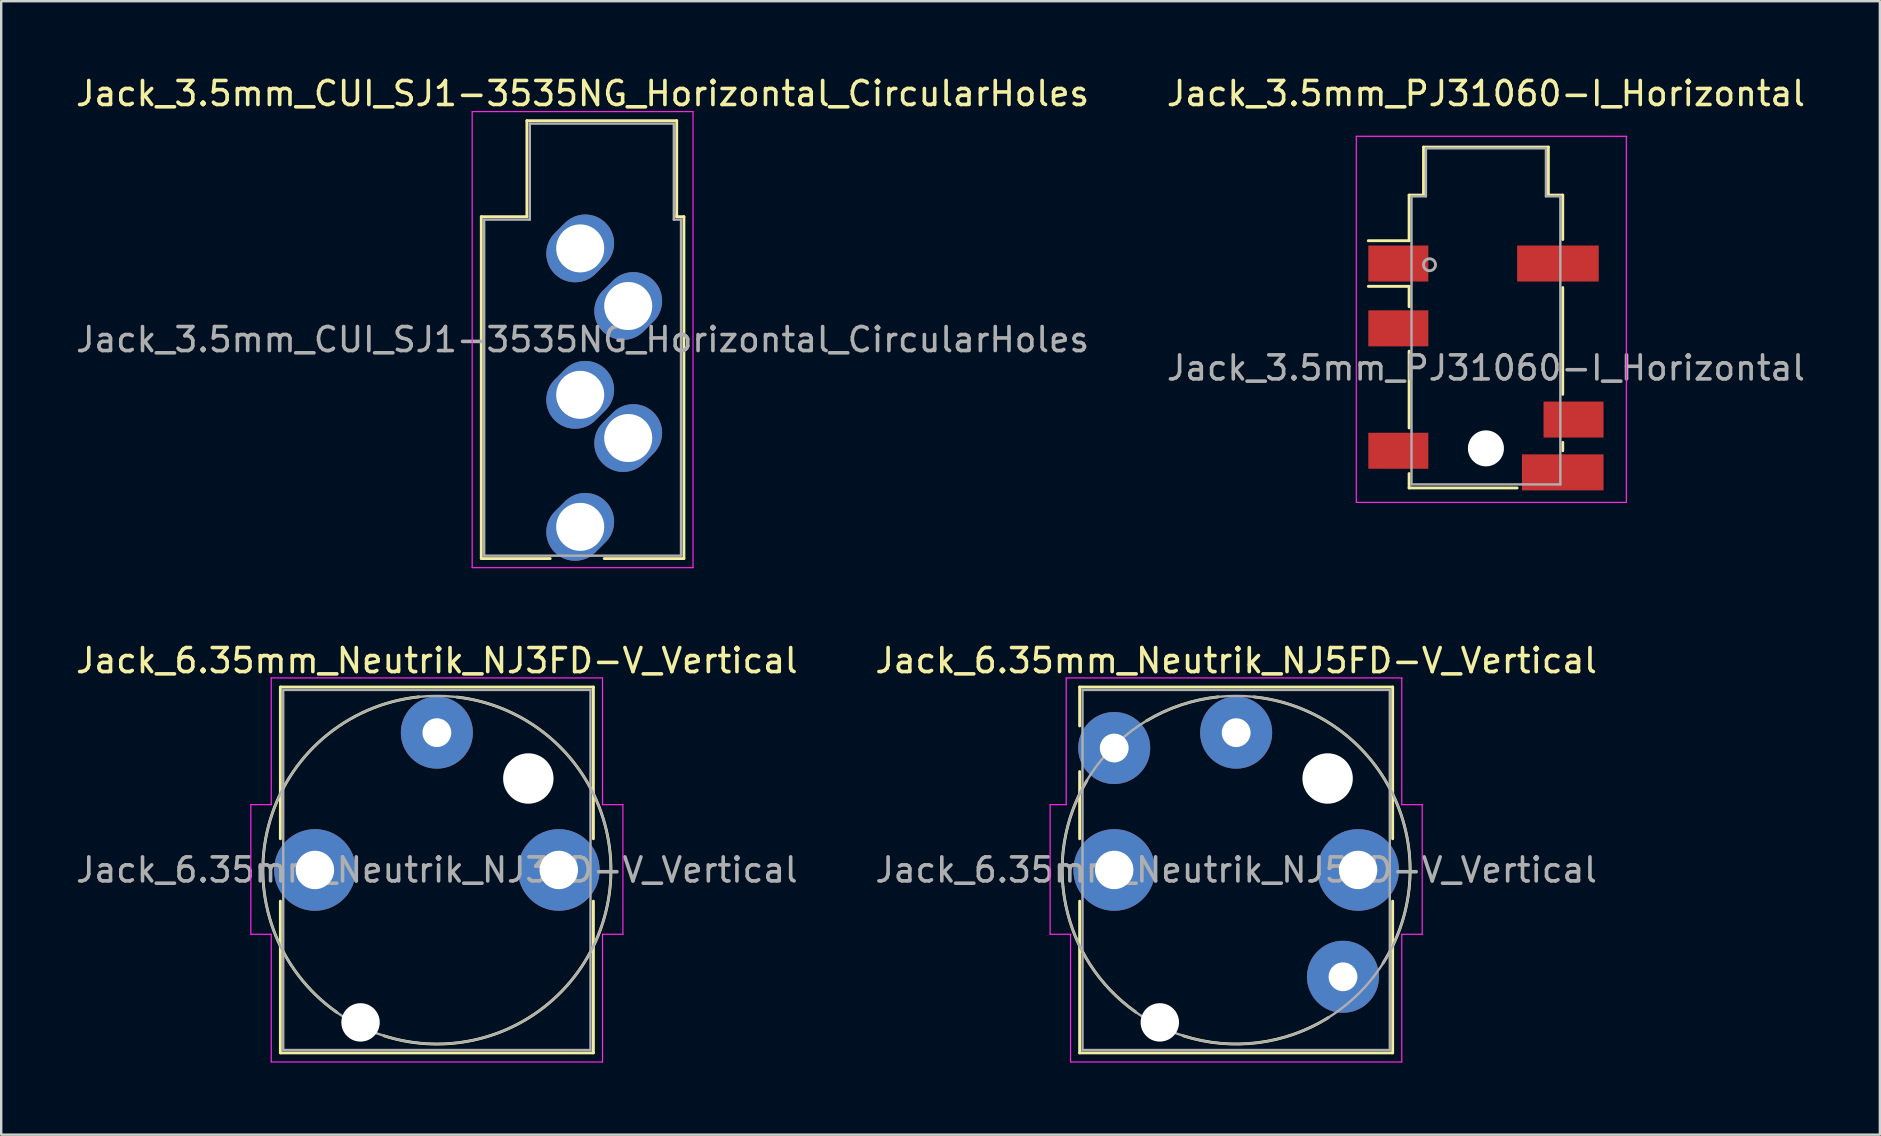
<source format=kicad_pcb>
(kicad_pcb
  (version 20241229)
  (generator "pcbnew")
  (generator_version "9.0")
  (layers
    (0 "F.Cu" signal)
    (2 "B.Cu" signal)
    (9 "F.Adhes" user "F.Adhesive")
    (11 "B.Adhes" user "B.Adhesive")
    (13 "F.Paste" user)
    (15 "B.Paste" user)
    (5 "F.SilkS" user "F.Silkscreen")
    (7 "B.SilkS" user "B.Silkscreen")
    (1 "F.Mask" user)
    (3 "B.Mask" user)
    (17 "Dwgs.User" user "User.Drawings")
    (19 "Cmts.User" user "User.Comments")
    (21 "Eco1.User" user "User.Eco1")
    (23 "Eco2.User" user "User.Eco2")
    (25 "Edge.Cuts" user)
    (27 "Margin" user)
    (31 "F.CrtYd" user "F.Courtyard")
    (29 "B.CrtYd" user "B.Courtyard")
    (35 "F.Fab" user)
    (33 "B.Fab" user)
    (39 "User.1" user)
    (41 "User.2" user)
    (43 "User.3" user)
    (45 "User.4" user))
  (footprint "Jack_3.5mm_CUI_SJ1-3535NG_Horizontal_CircularHoles"
    (layer "F.Cu")
    (at 21.12 7.298)
    (property "Reference" "Jack_3.5mm_CUI_SJ1-3535NG_Horizontal_CircularHoles" (at 0.1 -6.45 0) (layer "F.SilkS") (effects (font (size 1 1) (thickness 0.15))))
    (attr through_hole)
    (fp_line (start -4.12 -1.32) (end -2.22 -1.32) (stroke (width 0.12) (type solid)) (layer "F.SilkS"))
    (fp_line (start -4.12 12.92) (end -4.12 -1.32) (stroke (width 0.12) (type solid)) (layer "F.SilkS"))
    (fp_line (start -2.22 -5.32) (end 4.02 -5.32) (stroke (width 0.12) (type solid)) (layer "F.SilkS"))
    (fp_line (start -2.22 -1.32) (end -2.22 -5.32) (stroke (width 0.12) (type solid)) (layer "F.SilkS"))
    (fp_line (start -1.25 12.92) (end -4.12 12.92) (stroke (width 0.12) (type solid)) (layer "F.SilkS"))
    (fp_line (start 4.02 -5.32) (end 4.02 -1.32) (stroke (width 0.12) (type solid)) (layer "F.SilkS"))
    (fp_line (start 4.02 -1.32) (end 4.32 -1.32) (stroke (width 0.12) (type solid)) (layer "F.SilkS"))
    (fp_line (start 4.32 -1.32) (end 4.32 12.92) (stroke (width 0.12) (type solid)) (layer "F.SilkS"))
    (fp_line (start 4.32 12.92) (end 1 12.92) (stroke (width 0.12) (type solid)) (layer "F.SilkS"))
    (fp_line (start -4.5 -5.7) (end -4.5 13.3) (stroke (width 0.05) (type solid)) (layer "F.CrtYd"))
    (fp_line (start -4.5 13.3) (end 4.7 13.3) (stroke (width 0.05) (type solid)) (layer "F.CrtYd"))
    (fp_line (start 4.7 -5.7) (end -4.5 -5.7) (stroke (width 0.05) (type solid)) (layer "F.CrtYd"))
    (fp_line (start 4.7 13.3) (end 4.7 -5.7) (stroke (width 0.05) (type solid)) (layer "F.CrtYd"))
    (fp_line (start -4 -1.2) (end -2.1 -1.2) (stroke (width 0.1) (type solid)) (layer "F.Fab"))
    (fp_line (start -4 12.8) (end -4 -1.2) (stroke (width 0.1) (type solid)) (layer "F.Fab"))
    (fp_line (start -2.1 -5.2) (end 3.9 -5.2) (stroke (width 0.1) (type solid)) (layer "F.Fab"))
    (fp_line (start -2.1 -1.2) (end -2.1 -5.2) (stroke (width 0.1) (type solid)) (layer "F.Fab"))
    (fp_line (start 3.9 -5.2) (end 3.9 -1.2) (stroke (width 0.1) (type solid)) (layer "F.Fab"))
    (fp_line (start 3.9 -1.2) (end 4.2 -1.2) (stroke (width 0.1) (type solid)) (layer "F.Fab"))
    (fp_line (start 4.2 -1.2) (end 4.2 12.8) (stroke (width 0.1) (type solid)) (layer "F.Fab"))
    (fp_line (start 4.2 12.8) (end -4 12.8) (stroke (width 0.1) (type solid)) (layer "F.Fab"))
    (fp_text user "${REFERENCE}" (at 0.1 3.8 0) (layer "F.Fab") (effects (font (size 1 1) (thickness 0.15))))
    (pad "R" thru_hole oval (at 2 7.9 45) (size 3 2.4) (drill 2) (layers "*.Cu" "*.Mask"))
    (pad "RN" thru_hole oval (at 0 6.1 45) (size 3 2.4) (drill 2) (layers "*.Cu" "*.Mask"))
    (pad "S" thru_hole oval (at 0 0 45) (size 3 2.4) (drill 2) (layers "*.Cu" "*.Mask"))
    (pad "T" thru_hole oval (at 2 2.4 45) (size 3 2.4) (drill 2) (layers "*.Cu" "*.Mask"))
    (pad "TN" thru_hole oval (at 0 11.6 45) (size 3 2.4) (drill 2) (layers "*.Cu" "*.Mask")))
  (footprint "Jack_3.5mm_PJ31060-I_Horizontal"
    (layer "F.Cu")
    (at 58.851 12.278)
    (property "Reference" "Jack_3.5mm_PJ31060-I_Horizontal" (at 0 -11.43 0) (layer "F.SilkS") (effects (font (size 1 1) (thickness 0.15))))
    (attr smd)
    (fp_line (start -4.9 -3.4) (end -3.2 -3.4) (stroke (width 0.12) (type solid)) (layer "F.SilkS"))
    (fp_line (start -3.2 -7.2) (end -2.6 -7.2) (stroke (width 0.12) (type solid)) (layer "F.SilkS"))
    (fp_line (start -3.2 -5.3) (end -4.9 -5.3) (stroke (width 0.12) (type solid)) (layer "F.SilkS"))
    (fp_line (start -3.2 -5.3) (end -3.2 -7.2) (stroke (width 0.12) (type solid)) (layer "F.SilkS"))
    (fp_line (start -3.2 -2.55) (end -3.2 -3.4) (stroke (width 0.12) (type solid)) (layer "F.SilkS"))
    (fp_line (start -3.2 2.5) (end -3.2 -0.7) (stroke (width 0.12) (type solid)) (layer "F.SilkS"))
    (fp_line (start -3.2 5) (end -3.2 4.4) (stroke (width 0.12) (type solid)) (layer "F.SilkS"))
    (fp_line (start -2.6 -9.2) (end 2.6 -9.2) (stroke (width 0.12) (type solid)) (layer "F.SilkS"))
    (fp_line (start -2.6 -7.2) (end -2.6 -9.2) (stroke (width 0.12) (type solid)) (layer "F.SilkS"))
    (fp_line (start 1.3 5) (end -3.2 5) (stroke (width 0.12) (type solid)) (layer "F.SilkS"))
    (fp_line (start 2.6 -9.2) (end 2.6 -7.2) (stroke (width 0.12) (type solid)) (layer "F.SilkS"))
    (fp_line (start 2.6 -7.2) (end 3.2 -7.2) (stroke (width 0.12) (type solid)) (layer "F.SilkS"))
    (fp_line (start 3.2 -7.2) (end 3.2 -5.35) (stroke (width 0.12) (type solid)) (layer "F.SilkS"))
    (fp_line (start 3.2 -3.35) (end 3.2 1.1) (stroke (width 0.12) (type solid)) (layer "F.SilkS"))
    (fp_line (start 3.2 3.1) (end 3.2 3.45) (stroke (width 0.12) (type solid)) (layer "F.SilkS"))
    (fp_line (start -5.4 -9.65) (end -5.4 5.6) (stroke (width 0.05) (type solid)) (layer "F.CrtYd"))
    (fp_line (start -5.4 -9.65) (end 5.85 -9.65) (stroke (width 0.05) (type solid)) (layer "F.CrtYd"))
    (fp_line (start 5.85 5.6) (end -5.4 5.6) (stroke (width 0.05) (type solid)) (layer "F.CrtYd"))
    (fp_line (start 5.85 5.6) (end 5.85 -9.65) (stroke (width 0.05) (type solid)) (layer "F.CrtYd"))
    (fp_line (start -3.1 -7.15) (end -3.1 4.85) (stroke (width 0.1) (type solid)) (layer "F.Fab"))
    (fp_line (start -2.5 -9.15) (end -2.5 -7.15) (stroke (width 0.1) (type solid)) (layer "F.Fab"))
    (fp_line (start -2.5 -7.15) (end -3.1 -7.15) (stroke (width 0.1) (type solid)) (layer "F.Fab"))
    (fp_line (start 2.5 -9.15) (end -2.5 -9.15) (stroke (width 0.1) (type solid)) (layer "F.Fab"))
    (fp_line (start 2.5 -7.15) (end 2.5 -9.15) (stroke (width 0.1) (type solid)) (layer "F.Fab"))
    (fp_line (start 2.5 -7.15) (end 3.1 -7.15) (stroke (width 0.1) (type solid)) (layer "F.Fab"))
    (fp_line (start 3.1 -7.15) (end 3.1 4.85) (stroke (width 0.1) (type solid)) (layer "F.Fab"))
    (fp_line (start 3.1 4.85) (end -3.1 4.85) (stroke (width 0.1) (type solid)) (layer "F.Fab"))
    (fp_circle (center -2.35 -4.3) (end -2.1 -4.3) (stroke (width 0.12) (type solid)) (fill no) (layer "F.Fab"))
    (fp_text user "${REFERENCE}" (at 0 0 0) (layer "F.Fab") (effects (font (size 1 1) (thickness 0.15))))
    (pad "" np_thru_hole circle (at 0 3.35) (size 1.5 1.5) (drill 1.5) (layers "*.Cu" "*.Mask"))
    (pad "R1" smd rect (at -3.65 -1.65) (size 2.5 1.5) (layers "F.Cu" "F.Mask" "F.Paste"))
    (pad "R1N" smd rect (at -3.65 3.45) (size 2.5 1.5) (layers "F.Cu" "F.Mask" "F.Paste"))
    (pad "R2" smd rect (at 3 -4.35) (size 3.4 1.5) (layers "F.Cu" "F.Mask" "F.Paste"))
    (pad "S" smd rect (at -3.65 -4.35) (size 2.5 1.5) (layers "F.Cu" "F.Mask" "F.Paste"))
    (pad "T" smd rect (at 3.65 2.15) (size 2.5 1.5) (layers "F.Cu" "F.Mask" "F.Paste"))
    (pad "TN" smd rect (at 3.2 4.35) (size 3.4 1.5) (layers "F.Cu" "F.Mask" "F.Paste")))
  (footprint "Jack_6.35mm_Neutrik_NJ5FD-V_Vertical"
    (layer "F.Cu")
    (at 48.446 27.471)
    (property "Reference" "Jack_6.35mm_Neutrik_NJ5FD-V_Vertical" (at 0 -3 0) (layer "F.SilkS") (effects (font (size 1 1) (thickness 0.15))))
    (attr through_hole)
    (fp_line (start -6.52 -1.9) (end -6.52 -0.28) (stroke (width 0.12) (type solid)) (layer "F.SilkS"))
    (fp_line (start -6.52 -1.9) (end 6.52 -1.9) (stroke (width 0.12) (type solid)) (layer "F.SilkS"))
    (fp_line (start -6.52 1.62) (end -6.52 4.42) (stroke (width 0.12) (type solid)) (layer "F.SilkS"))
    (fp_line (start -6.52 7.02) (end -6.52 13.34) (stroke (width 0.12) (type solid)) (layer "F.SilkS"))
    (fp_line (start -6.52 13.34) (end 6.52 13.34) (stroke (width 0.12) (type solid)) (layer "F.SilkS"))
    (fp_line (start 6.52 -1.9) (end 6.52 4.42) (stroke (width 0.12) (type solid)) (layer "F.SilkS"))
    (fp_line (start 6.52 7.02) (end 6.52 13.34) (stroke (width 0.12) (type solid)) (layer "F.SilkS"))
    (fp_arc (start -4.186229 11.636273) (mid -7.091321 7.21665) (end -6.22 2) (stroke (width 0.12) (type solid)) (layer "F.SilkS"))
    (fp_arc (start -3.726809 -0.497515) (mid -2.292752 -1.156764) (end -0.75 -1.49) (stroke (width 0.12) (type solid)) (layer "F.SilkS"))
    (fp_arc (start 0.741615 -1.488246) (mid 6.519796 2.557554) (end 6.12 9.6) (stroke (width 0.12) (type solid)) (layer "F.SilkS"))
    (fp_arc (start 3.836366 11.873893) (mid 0.901303 12.915537) (end -2.2 12.63) (stroke (width 0.12) (type solid)) (layer "F.SilkS"))
    (fp_line (start -7.75 3) (end -7.75 8.4) (stroke (width 0.05) (type solid)) (layer "F.CrtYd"))
    (fp_line (start -7.08 -2.28) (end -7.08 3) (stroke (width 0.05) (type solid)) (layer "F.CrtYd"))
    (fp_line (start -7.08 -2.28) (end 6.9 -2.28) (stroke (width 0.05) (type solid)) (layer "F.CrtYd"))
    (fp_line (start -7.08 3) (end -7.75 3) (stroke (width 0.05) (type solid)) (layer "F.CrtYd"))
    (fp_line (start -6.9 8.4) (end -7.75 8.4) (stroke (width 0.05) (type solid)) (layer "F.CrtYd"))
    (fp_line (start -6.9 8.4) (end -6.9 13.72) (stroke (width 0.05) (type solid)) (layer "F.CrtYd"))
    (fp_line (start -6.9 13.72) (end 6.9 13.72) (stroke (width 0.05) (type solid)) (layer "F.CrtYd"))
    (fp_line (start 6.9 -2.28) (end 6.9 3) (stroke (width 0.05) (type solid)) (layer "F.CrtYd"))
    (fp_line (start 6.9 3) (end 7.75 3) (stroke (width 0.05) (type solid)) (layer "F.CrtYd"))
    (fp_line (start 6.9 8.4) (end 6.9 13.72) (stroke (width 0.05) (type solid)) (layer "F.CrtYd"))
    (fp_line (start 6.9 8.4) (end 7.75 8.4) (stroke (width 0.05) (type solid)) (layer "F.CrtYd"))
    (fp_line (start 7.75 3) (end 7.75 8.4) (stroke (width 0.05) (type solid)) (layer "F.CrtYd"))
    (fp_line (start -6.4 -1.78) (end -6.4 13.22) (stroke (width 0.1) (type solid)) (layer "F.Fab"))
    (fp_line (start -6.4 -1.78) (end 6.4 -1.78) (stroke (width 0.1) (type solid)) (layer "F.Fab"))
    (fp_line (start -6.4 13.22) (end 6.4 13.22) (stroke (width 0.1) (type solid)) (layer "F.Fab"))
    (fp_line (start 6.4 -1.78) (end 6.4 13.22) (stroke (width 0.1) (type solid)) (layer "F.Fab"))
    (fp_circle (center 0 5.72) (end -7.25 5.72) (stroke (width 0.1) (type solid)) (fill no) (layer "F.Fab"))
    (fp_text user "${REFERENCE}" (at 0 5.72 0) (layer "F.Fab") (effects (font (size 1 1) (thickness 0.15))))
    (pad "" np_thru_hole circle (at -3.18 12.07 180) (size 1.6 1.6) (drill 1.6) (layers "*.Cu" "*.Mask"))
    (pad "" np_thru_hole circle (at 3.81 1.91 180) (size 2.1 2.1) (drill 2.1) (layers "*.Cu" "*.Mask"))
    (pad "R" thru_hole circle (at 5.08 5.72 180) (size 3.4 3.4) (drill 1.6) (layers "*.Cu" "*.Mask"))
    (pad "RN" thru_hole circle (at 4.45 10.17 180) (size 3 3) (drill 1.2) (layers "*.Cu" "*.Mask"))
    (pad "S" thru_hole circle (at -5.08 5.72 180) (size 3.4 3.4) (drill 1.6) (layers "*.Cu" "*.Mask"))
    (pad "T" thru_hole circle (at 0 0 180) (size 3 3) (drill 1.2) (layers "*.Cu" "*.Mask"))
    (pad "TN" thru_hole circle (at -5.08 0.64 180) (size 3 3) (drill 1.2) (layers "*.Cu" "*.Mask")))
  (footprint "Jack_6.35mm_Neutrik_NJ3FD-V_Vertical"
    (layer "F.Cu")
    (at 15.149 27.471)
    (property "Reference" "Jack_6.35mm_Neutrik_NJ3FD-V_Vertical" (at 0 -3 0) (layer "F.SilkS") (effects (font (size 1 1) (thickness 0.15))))
    (attr through_hole)
    (fp_line (start -6.52 -1.9) (end -6.52 4.42) (stroke (width 0.12) (type solid)) (layer "F.SilkS"))
    (fp_line (start -6.52 -1.9) (end 6.52 -1.9) (stroke (width 0.12) (type solid)) (layer "F.SilkS"))
    (fp_line (start -6.52 7.02) (end -6.52 13.34) (stroke (width 0.12) (type solid)) (layer "F.SilkS"))
    (fp_line (start -6.52 13.34) (end 6.52 13.34) (stroke (width 0.12) (type solid)) (layer "F.SilkS"))
    (fp_line (start 6.52 -1.9) (end 6.52 4.42) (stroke (width 0.12) (type solid)) (layer "F.SilkS"))
    (fp_line (start 6.52 7.02) (end 6.52 13.34) (stroke (width 0.12) (type solid)) (layer "F.SilkS"))
    (fp_arc (start -4.164153 11.6535) (mid -7.016062 3.897509) (end -0.75 -1.49) (stroke (width 0.12) (type solid)) (layer "F.SilkS"))
    (fp_arc (start 0.84109 -1.482824) (mid 7.089049 7.247578) (end -2.2 12.63) (stroke (width 0.12) (type solid)) (layer "F.SilkS"))
    (fp_line (start -7.75 3) (end -7.75 8.4) (stroke (width 0.05) (type solid)) (layer "F.CrtYd"))
    (fp_line (start -6.9 -2.28) (end -6.9 3) (stroke (width 0.05) (type solid)) (layer "F.CrtYd"))
    (fp_line (start -6.9 -2.28) (end 6.9 -2.28) (stroke (width 0.05) (type solid)) (layer "F.CrtYd"))
    (fp_line (start -6.9 3) (end -7.75 3) (stroke (width 0.05) (type solid)) (layer "F.CrtYd"))
    (fp_line (start -6.9 8.4) (end -7.75 8.4) (stroke (width 0.05) (type solid)) (layer "F.CrtYd"))
    (fp_line (start -6.9 8.4) (end -6.9 13.72) (stroke (width 0.05) (type solid)) (layer "F.CrtYd"))
    (fp_line (start -6.9 13.72) (end 6.9 13.72) (stroke (width 0.05) (type solid)) (layer "F.CrtYd"))
    (fp_line (start 6.9 -2.28) (end 6.9 3) (stroke (width 0.05) (type solid)) (layer "F.CrtYd"))
    (fp_line (start 6.9 3) (end 7.75 3) (stroke (width 0.05) (type solid)) (layer "F.CrtYd"))
    (fp_line (start 6.9 8.4) (end 6.9 13.72) (stroke (width 0.05) (type solid)) (layer "F.CrtYd"))
    (fp_line (start 6.9 8.4) (end 7.75 8.4) (stroke (width 0.05) (type solid)) (layer "F.CrtYd"))
    (fp_line (start 7.75 3) (end 7.75 8.4) (stroke (width 0.05) (type solid)) (layer "F.CrtYd"))
    (fp_line (start -6.4 -1.78) (end -6.4 13.22) (stroke (width 0.1) (type solid)) (layer "F.Fab"))
    (fp_line (start -6.4 -1.78) (end 6.4 -1.78) (stroke (width 0.1) (type solid)) (layer "F.Fab"))
    (fp_line (start -6.4 13.22) (end 6.4 13.22) (stroke (width 0.1) (type solid)) (layer "F.Fab"))
    (fp_line (start 6.4 -1.78) (end 6.4 13.22) (stroke (width 0.1) (type solid)) (layer "F.Fab"))
    (fp_circle (center 0 5.72) (end -7.25 5.72) (stroke (width 0.1) (type solid)) (fill no) (layer "F.Fab"))
    (fp_text user "${REFERENCE}" (at 0 5.72 0) (layer "F.Fab") (effects (font (size 1 1) (thickness 0.15))))
    (pad "" np_thru_hole circle (at -3.18 12.07 180) (size 1.6 1.6) (drill 1.6) (layers "*.Cu" "*.Mask"))
    (pad "" np_thru_hole circle (at 3.81 1.91 180) (size 2.1 2.1) (drill 2.1) (layers "*.Cu" "*.Mask"))
    (pad "R" thru_hole circle (at 5.08 5.72 180) (size 3.4 3.4) (drill 1.6) (layers "*.Cu" "*.Mask"))
    (pad "S" thru_hole circle (at -5.08 5.72 180) (size 3.4 3.4) (drill 1.6) (layers "*.Cu" "*.Mask"))
    (pad "T" thru_hole circle (at 0 0 180) (size 3 3) (drill 1.2) (layers "*.Cu" "*.Mask")))
  (gr_rect
    (start -3 -3)
    (end 75.262 44.217)
    (stroke (width 0.1) (type default))
    (fill no)
    (layer "Edge.Cuts")))
</source>
